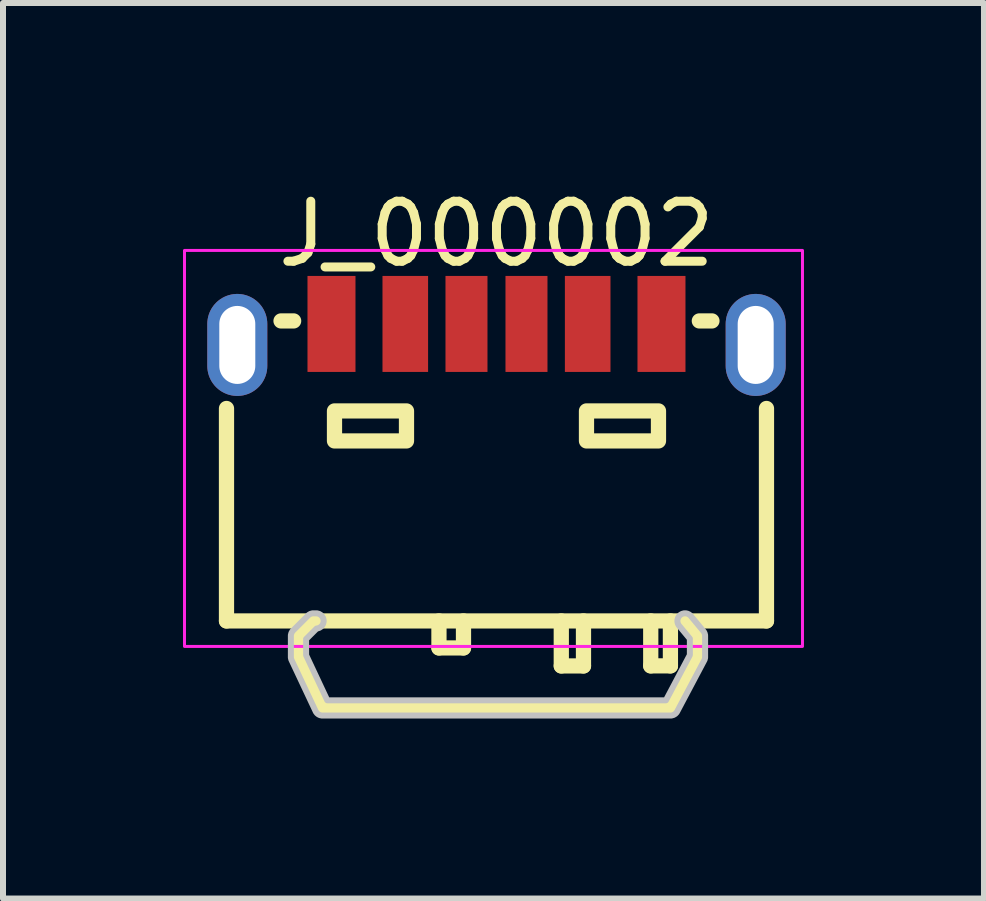
<source format=kicad_pcb>
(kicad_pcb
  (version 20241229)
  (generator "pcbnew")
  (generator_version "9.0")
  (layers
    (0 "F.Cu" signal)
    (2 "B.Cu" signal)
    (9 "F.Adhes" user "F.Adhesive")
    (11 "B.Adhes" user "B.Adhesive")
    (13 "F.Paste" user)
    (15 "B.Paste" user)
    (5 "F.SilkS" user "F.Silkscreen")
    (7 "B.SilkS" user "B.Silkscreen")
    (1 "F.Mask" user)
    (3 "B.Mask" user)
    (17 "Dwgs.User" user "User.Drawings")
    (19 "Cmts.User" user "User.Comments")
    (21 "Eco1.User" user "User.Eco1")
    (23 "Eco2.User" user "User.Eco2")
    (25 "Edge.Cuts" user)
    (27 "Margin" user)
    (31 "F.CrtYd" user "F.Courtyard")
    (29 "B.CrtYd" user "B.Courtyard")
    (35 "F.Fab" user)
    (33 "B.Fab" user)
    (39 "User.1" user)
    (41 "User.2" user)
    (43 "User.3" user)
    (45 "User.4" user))
  (footprint "J_000002"
    (layer "F.Cu")
    (at 5.225 2.524)
    (property "Reference" "J_000002" (at 0 -1.675 0) (unlocked yes) (layer "F.SilkS") (effects (font (size 1 1) (thickness 0.15))))
    (fp_line (start -4.5 1.234) (end -4.5 4.775) (stroke (width 0.254) (type default)) (layer "F.SilkS"))
    (fp_line (start -4.5 4.775) (end 4.5 4.775) (stroke (width 0.254) (type default)) (layer "F.SilkS"))
    (fp_line (start -3.591 -0.225) (end -3.381 -0.225) (stroke (width 0.254) (type default)) (layer "F.SilkS"))
    (fp_line (start -3.3 5.026) (end -3.3 5.375) (stroke (width 0.254) (type default)) (layer "F.SilkS"))
    (fp_line (start -3.3 5.375) (end -2.9 6.226) (stroke (width 0.254) (type default)) (layer "F.SilkS"))
    (fp_line (start -3.05 4.776) (end -3.3 5.026) (stroke (width 0.254) (type default)) (layer "F.SilkS"))
    (fp_line (start -3.007 4.776) (end -3.05 4.776) (stroke (width 0.254) (type default)) (layer "F.SilkS"))
    (fp_line (start -2.9 6.226) (end 2.901 6.226) (stroke (width 0.254) (type default)) (layer "F.SilkS"))
    (fp_line (start -0.959 4.775) (end -0.959 5.225) (stroke (width 0.254) (type default)) (layer "F.SilkS"))
    (fp_line (start -0.959 5.225) (end -0.55 5.225) (stroke (width 0.254) (type default)) (layer "F.SilkS"))
    (fp_line (start -0.55 5.225) (end -0.55 4.775) (stroke (width 0.254) (type default)) (layer "F.SilkS"))
    (fp_line (start 1.08 4.775) (end 1.08 5.525) (stroke (width 0.254) (type default)) (layer "F.SilkS"))
    (fp_line (start 1.08 5.525) (end 1.45 5.525) (stroke (width 0.254) (type default)) (layer "F.SilkS"))
    (fp_line (start 1.45 5.525) (end 1.45 4.775) (stroke (width 0.254) (type default)) (layer "F.SilkS"))
    (fp_line (start 2.571 4.775) (end 2.571 5.524) (stroke (width 0.254) (type default)) (layer "F.SilkS"))
    (fp_line (start 2.571 5.524) (end 2.899 5.524) (stroke (width 0.254) (type default)) (layer "F.SilkS"))
    (fp_line (start 2.899 5.524) (end 2.899 4.775) (stroke (width 0.254) (type default)) (layer "F.SilkS"))
    (fp_line (start 2.901 6.226) (end 3.35 5.375) (stroke (width 0.254) (type default)) (layer "F.SilkS"))
    (fp_line (start 3.35 5.026) (end 3.143 4.776) (stroke (width 0.254) (type default)) (layer "F.SilkS"))
    (fp_line (start 3.35 5.375) (end 3.35 5.026) (stroke (width 0.254) (type default)) (layer "F.SilkS"))
    (fp_line (start 3.381 -0.225) (end 3.591 -0.225) (stroke (width 0.254) (type default)) (layer "F.SilkS"))
    (fp_line (start 4.5 4.775) (end 4.5 1.234) (stroke (width 0.254) (type default)) (layer "F.SilkS"))
    (fp_rect (start -2.7 1.275) (end -1.5 1.775) (stroke (width 0.254) (type default)) (fill no) (layer "F.SilkS"))
    (fp_rect (start 1.5 1.275) (end 2.7 1.775) (stroke (width 0.254) (type default)) (fill no) (layer "F.SilkS"))
    (fp_poly (pts (xy -3.15 -0.976) (xy -3.15 0.625) (xy -2.35 0.625) (xy -2.35 -0.976)) (stroke (width 0) (type default)) (fill yes) (layer "F.Paste"))
    (fp_poly (pts (xy -1.9 -0.976) (xy -1.9 0.625) (xy -1.14 0.625) (xy -1.14 -0.976)) (stroke (width 0) (type default)) (fill yes) (layer "F.Paste"))
    (fp_poly (pts (xy -0.85 -0.976) (xy -0.85 0.625) (xy -0.15 0.625) (xy -0.15 -0.976)) (stroke (width 0) (type default)) (fill yes) (layer "F.Paste"))
    (fp_poly (pts (xy 0.15 -0.976) (xy 0.15 0.625) (xy 0.85 0.625) (xy 0.85 -0.976)) (stroke (width 0) (type default)) (fill yes) (layer "F.Paste"))
    (fp_poly (pts (xy 1.9 0.625) (xy 1.9 -0.976) (xy 1.14 -0.976) (xy 1.14 0.625)) (stroke (width 0) (type default)) (fill yes) (layer "F.Paste"))
    (fp_poly (pts (xy 3.15 0.625) (xy 3.15 -0.976) (xy 2.35 -0.976) (xy 2.35 0.625)) (stroke (width 0) (type default)) (fill yes) (layer "F.Paste"))
    (fp_poly (pts (xy -4.282 -0.673) (xy -4.308 -0.674) (xy -4.332 -0.674) (xy -4.357 -0.673) (xy -4.382 -0.671) (xy -4.407 -0.667) (xy -4.431 -0.662) (xy -4.455 -0.656) (xy -4.479 -0.648) (xy -4.503 -0.64) (xy -4.526 -0.63) (xy -4.548 -0.62) (xy -4.57 -0.608) (xy -4.591 -0.595) (xy -4.612 -0.581) (xy -4.631 -0.566) (xy -4.651 -0.549) (xy -4.669 -0.532) (xy -4.686 -0.515) (xy -4.703 -0.496) (xy -4.718 -0.476) (xy -4.733 -0.457) (xy -4.747 -0.435) (xy -4.759 -0.414) (xy -4.771 -0.392) (xy -4.78 -0.369) (xy -4.79 -0.345) (xy -4.798 -0.322) (xy -4.804 -0.298) (xy -4.81 -0.274) (xy -4.814 -0.249) (xy -4.817 -0.225) (xy -4.819 -0.2) (xy -4.82 -0.174) (xy -4.82 0.525) (xy -4.819 0.55) (xy -4.817 0.575) (xy -4.814 0.6) (xy -4.81 0.625) (xy -4.804 0.648) (xy -4.798 0.672) (xy -4.79 0.697) (xy -4.78 0.72) (xy -4.771 0.742) (xy -4.759 0.764) (xy -4.747 0.786) (xy -4.733 0.807) (xy -4.718 0.827) (xy -4.703 0.847) (xy -4.686 0.866) (xy -4.669 0.883) (xy -4.651 0.9) (xy -4.631 0.916) (xy -4.612 0.931) (xy -4.591 0.946) (xy -4.57 0.959) (xy -4.548 0.97) (xy -4.526 0.981) (xy -4.503 0.991) (xy -4.479 0.999) (xy -4.455 1.006) (xy -4.431 1.012) (xy -4.407 1.018) (xy -4.382 1.022) (xy -4.357 1.024) (xy -4.332 1.025) (xy -4.308 1.025) (xy -4.282 1.024) (xy -4.258 1.022) (xy -4.233 1.018) (xy -4.208 1.012) (xy -4.184 1.006) (xy -4.16 0.999) (xy -4.137 0.991) (xy -4.114 0.981) (xy -4.092 0.97) (xy -4.07 0.959) (xy -4.048 0.946) (xy -4.028 0.931) (xy -4.008 0.916) (xy -3.989 0.9) (xy -3.971 0.883) (xy -3.954 0.866) (xy -3.937 0.847) (xy -3.921 0.827) (xy -3.907 0.807) (xy -3.893 0.786) (xy -3.881 0.764) (xy -3.869 0.742) (xy -3.859 0.72) (xy -3.85 0.697) (xy -3.842 0.672) (xy -3.836 0.648) (xy -3.83 0.625) (xy -3.825 0.6) (xy -3.822 0.575) (xy -3.821 0.55) (xy -3.82 0.525) (xy -3.82 -0.174) (xy -3.821 -0.2) (xy -3.822 -0.225) (xy -3.825 -0.249) (xy -3.83 -0.274) (xy -3.836 -0.298) (xy -3.842 -0.322) (xy -3.85 -0.345) (xy -3.859 -0.369) (xy -3.869 -0.392) (xy -3.881 -0.414) (xy -3.893 -0.435) (xy -3.907 -0.457) (xy -3.921 -0.476) (xy -3.937 -0.496) (xy -3.954 -0.515) (xy -3.971 -0.532) (xy -3.989 -0.549) (xy -4.008 -0.566) (xy -4.028 -0.581) (xy -4.048 -0.595) (xy -4.07 -0.608) (xy -4.092 -0.62) (xy -4.114 -0.63) (xy -4.137 -0.64) (xy -4.16 -0.648) (xy -4.184 -0.656) (xy -4.208 -0.662) (xy -4.233 -0.667) (xy -4.258 -0.671)) (stroke (width 0) (type default)) (fill yes) (layer "F.Paste"))
    (fp_poly (pts (xy 4.308 -0.675) (xy 4.282 -0.673) (xy 4.258 -0.671) (xy 4.233 -0.667) (xy 4.208 -0.662) (xy 4.184 -0.656) (xy 4.16 -0.649) (xy 4.137 -0.64) (xy 4.114 -0.63) (xy 4.092 -0.62) (xy 4.07 -0.608) (xy 4.048 -0.595) (xy 4.028 -0.581) (xy 4.008 -0.566) (xy 3.989 -0.55) (xy 3.971 -0.533) (xy 3.954 -0.515) (xy 3.937 -0.496) (xy 3.921 -0.477) (xy 3.907 -0.457) (xy 3.893 -0.435) (xy 3.881 -0.414) (xy 3.869 -0.392) (xy 3.859 -0.369) (xy 3.85 -0.346) (xy 3.842 -0.323) (xy 3.836 -0.298) (xy 3.83 -0.274) (xy 3.825 -0.249) (xy 3.822 -0.225) (xy 3.821 -0.2) (xy 3.82 -0.175) (xy 3.82 0.525) (xy 3.821 0.55) (xy 3.822 0.575) (xy 3.825 0.6) (xy 3.83 0.624) (xy 3.836 0.648) (xy 3.842 0.672) (xy 3.85 0.696) (xy 3.859 0.72) (xy 3.869 0.742) (xy 3.881 0.764) (xy 3.893 0.786) (xy 3.907 0.806) (xy 3.921 0.827) (xy 3.937 0.847) (xy 3.954 0.865) (xy 3.971 0.883) (xy 3.989 0.9) (xy 4.008 0.916) (xy 4.028 0.931) (xy 4.048 0.945) (xy 4.07 0.958) (xy 4.092 0.97) (xy 4.114 0.981) (xy 4.137 0.991) (xy 4.16 0.999) (xy 4.184 1.006) (xy 4.208 1.012) (xy 4.233 1.018) (xy 4.258 1.021) (xy 4.282 1.024) (xy 4.308 1.025) (xy 4.332 1.025) (xy 4.357 1.024) (xy 4.382 1.021) (xy 4.407 1.018) (xy 4.431 1.012) (xy 4.455 1.006) (xy 4.479 0.999) (xy 4.503 0.991) (xy 4.526 0.981) (xy 4.548 0.97) (xy 4.57 0.958) (xy 4.591 0.945) (xy 4.612 0.931) (xy 4.631 0.916) (xy 4.651 0.9) (xy 4.669 0.883) (xy 4.686 0.865) (xy 4.703 0.847) (xy 4.718 0.827) (xy 4.733 0.806) (xy 4.747 0.786) (xy 4.759 0.764) (xy 4.771 0.742) (xy 4.78 0.72) (xy 4.79 0.696) (xy 4.798 0.672) (xy 4.804 0.648) (xy 4.81 0.624) (xy 4.814 0.6) (xy 4.817 0.575) (xy 4.819 0.55) (xy 4.82 0.525) (xy 4.82 -0.175) (xy 4.819 -0.2) (xy 4.817 -0.225) (xy 4.814 -0.249) (xy 4.81 -0.274) (xy 4.804 -0.298) (xy 4.798 -0.323) (xy 4.79 -0.346) (xy 4.78 -0.369) (xy 4.771 -0.392) (xy 4.759 -0.414) (xy 4.747 -0.435) (xy 4.733 -0.457) (xy 4.718 -0.477) (xy 4.703 -0.496) (xy 4.686 -0.515) (xy 4.669 -0.533) (xy 4.651 -0.55) (xy 4.631 -0.566) (xy 4.612 -0.581) (xy 4.591 -0.595) (xy 4.57 -0.608) (xy 4.548 -0.62) (xy 4.526 -0.63) (xy 4.503 -0.64) (xy 4.479 -0.649) (xy 4.455 -0.656) (xy 4.431 -0.662) (xy 4.407 -0.667) (xy 4.382 -0.671) (xy 4.357 -0.673) (xy 4.332 -0.675)) (stroke (width 0) (type default)) (fill yes) (layer "F.Paste"))
    (fp_poly (pts (arc (start 3.012 6.2845) (mid 2.965339 6.333697) (end 2.9 6.352)) (arc (start -2.9 6.352) (mid -2.968094 6.332202) (end -3.015 6.279)) (arc (start -3.415 5.429) (mid -3.423999 5.402664) (end -3.427 5.375)) (arc (start -3.427 5.025) (mid -3.417333 4.976399) (end -3.39 4.935)) (arc (start -3.14 4.685) (mid -3.098708 4.657409) (end -3.05 4.648)) (arc (start -3.008 4.648) (mid -2.918197 4.685197) (end -2.881 4.775)) (arc (start -2.881 4.775) (mid -2.914388 4.860825) (end -2.997 4.9015)) (xy -3.173 5.077) (xy -3.173 5.346) (xy -2.82 6.098) (xy 2.824 6.098) (xy 3.223 5.343) (xy 3.223 5.071) (arc (start 3.0445 4.856) (mid 3.022865 4.818041) (end 3.0155 4.775)) (arc (start 3.0155 4.775) (mid 3.052697 4.685197) (end 3.1425 4.648)) (arc (start 3.1425 4.648) (mid 3.196455 4.660031) (end 3.24 4.694)) (arc (start 3.4475 4.944) (mid 3.469218 4.981939) (end 3.477 5.025)) (arc (start 3.477 5.375) (mid 3.473233 5.405702) (end 3.462 5.4345))) (stroke (width 0.1) (type default)) (fill no) (layer "Dwgs.User"))
    (fp_rect (start -5.2 -1.4) (end 5.1 5.2) (stroke (width 0.05) (type default)) (fill no) (layer "F.CrtYd"))
    (fp_line (start -4.47 -0.225) (end 4.47 -0.225) (stroke (width 0.051) (type default)) (layer "User.2"))
    (fp_line (start -4.47 4.775) (end -4.47 -0.225) (stroke (width 0.051) (type default)) (layer "User.2"))
    (fp_line (start 4.47 -0.225) (end 4.47 4.775) (stroke (width 0.051) (type default)) (layer "User.2"))
    (fp_line (start 4.47 4.775) (end -4.47 4.775) (stroke (width 0.051) (type default)) (layer "User.2"))
    (fp_poly (pts (xy -4.41 4.775) (xy -4.428 4.733) (xy -4.47 4.715) (xy -4.512 4.733) (xy -4.53 4.775) (xy -4.512 4.817) (xy -4.47 4.835) (xy -4.428 4.817)) (stroke (width 0.1) (type default)) (fill no) (layer "User.3"))
    (pad "1" thru_hole oval (at -4.32 0.175) (size 1 1.7) (drill oval 0.6 1.3) (layers "*.Cu" "*.Mask"))
    (pad "2" thru_hole oval (at 4.32 0.175) (size 1 1.7) (drill oval 0.6 1.3) (layers "*.Cu" "*.Mask"))
    (pad "A5" smd rect (at -0.5 -0.175) (size 0.7 1.6) (layers "F.Cu" "F.Mask" "F.Paste"))
    (pad "A9" smd rect (at 1.52 -0.175) (size 0.76 1.6) (layers "F.Cu" "F.Mask" "F.Paste"))
    (pad "A12" smd rect (at 2.75 -0.175) (size 0.8 1.6) (layers "F.Cu" "F.Mask" "F.Paste"))
    (pad "B5" smd rect (at 0.5 -0.175) (size 0.7 1.6) (layers "F.Cu" "F.Mask" "F.Paste"))
    (pad "B9" smd rect (at -1.52 -0.175) (size 0.76 1.6) (layers "F.Cu" "F.Mask" "F.Paste"))
    (pad "B12" smd rect (at -2.75 -0.175) (size 0.8 1.6) (layers "F.Cu" "F.Mask" "F.Paste")))
  (gr_rect
    (start -3 -3)
    (end 13.35 11.926)
    (stroke (width 0.1) (type default))
    (fill no)
    (layer "Edge.Cuts")))
</source>
